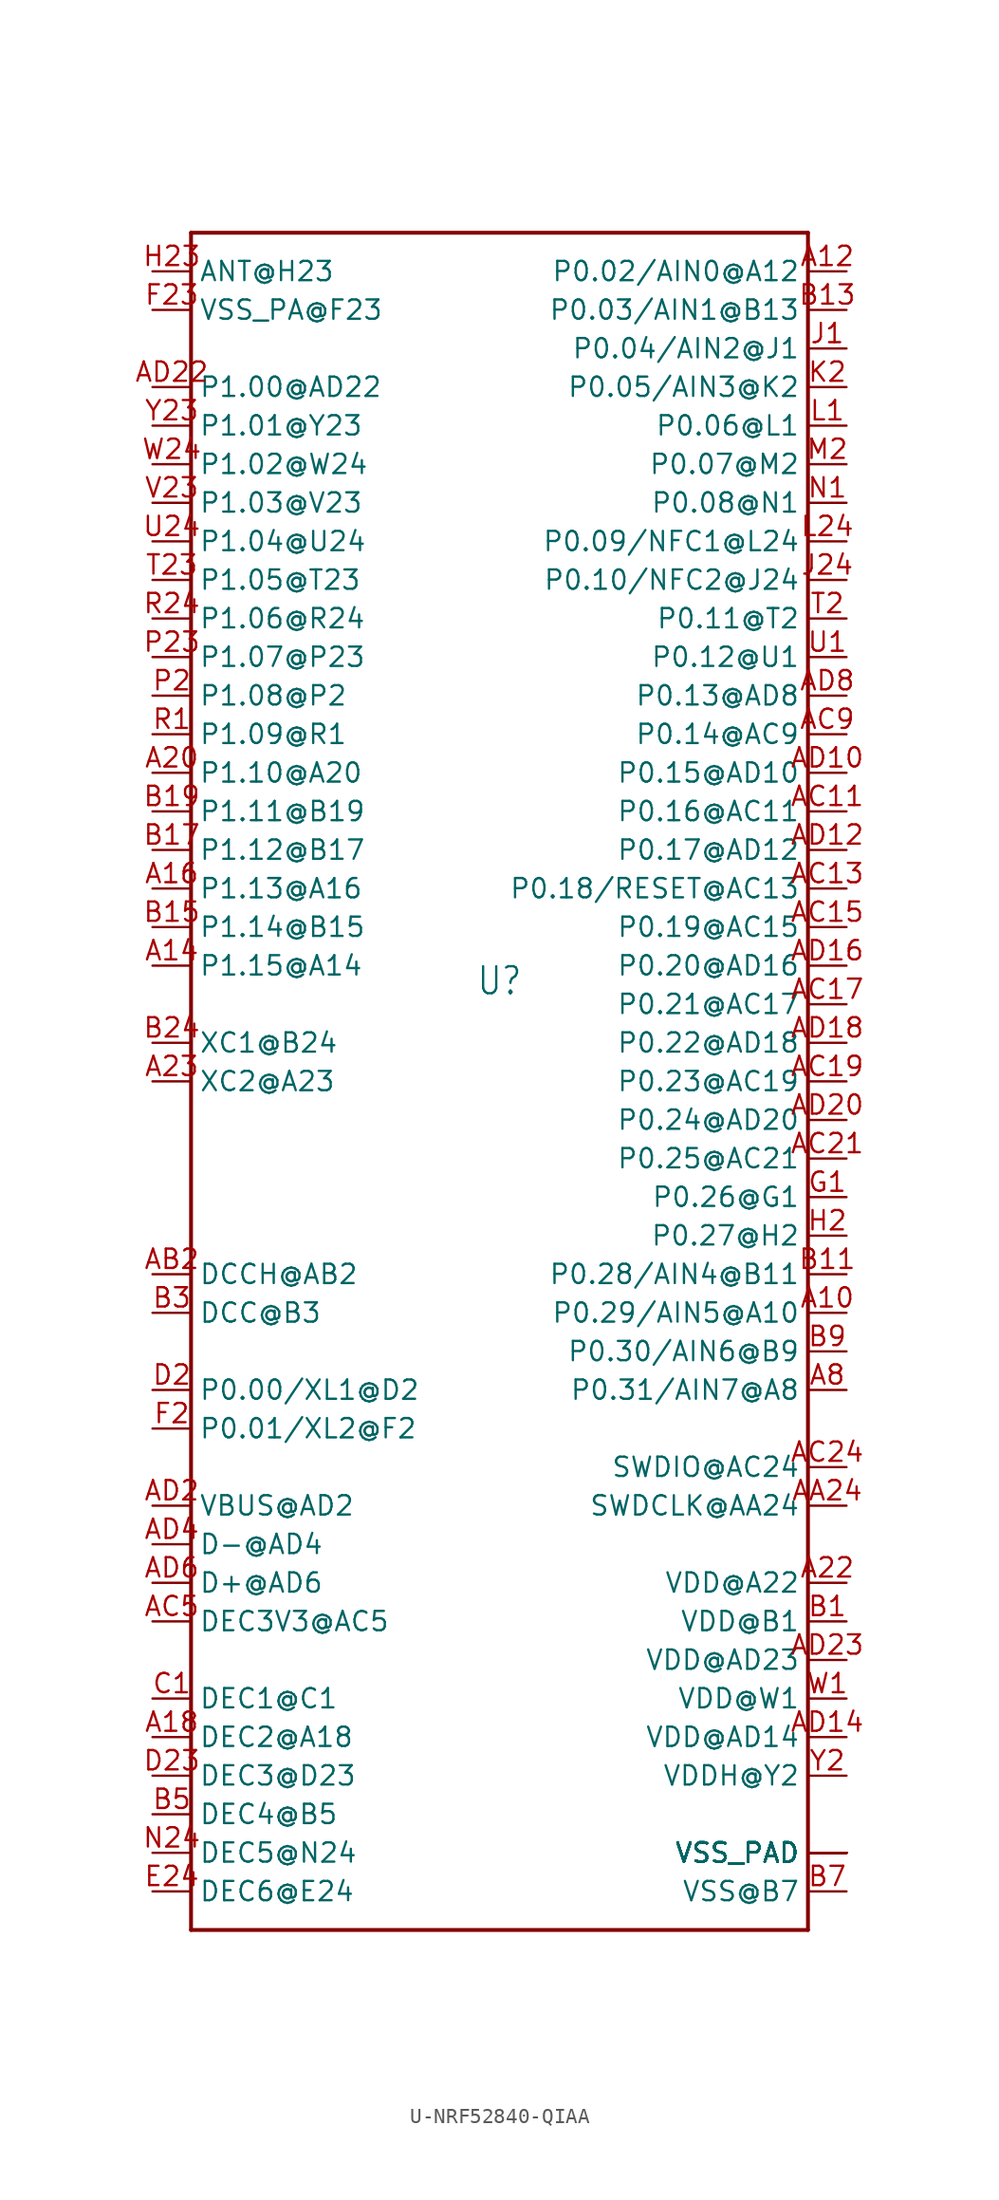
<source format=kicad_sym>
(kicad_symbol_lib
  (version 20231120)
  (generator "kicad_symbol_editor")
  (generator_version "8.0")
  (symbol "U-NRF52840-QIAA"
    (property "Reference" "U"
      (at 0 0.5 0)
      (effects (font (size 1.778 1.511)) (justify bottom)))
    (property "Value" ""
      (at 0.1 -2.24 0)
      (effects (font (size 1.778 1.511)) (justify bottom)))
    (property "ki_locked" ""
      (at 0 0 0)
      (effects (font (size 1.27 1.27))))
    (symbol "U-NRF52840-QIAA_1_0"
      (polyline (pts (xy -20.32 -60.96) (xy -20.32 50.8)) (stroke (width 0.254) (type solid)) (fill (type none)))
      (polyline (pts (xy -20.32 50.8) (xy 20.32 50.8)) (stroke (width 0.254) (type solid)) (fill (type none)))
      (polyline (pts (xy 20.32 -60.96) (xy -20.32 -60.96)) (stroke (width 0.254) (type solid)) (fill (type none)))
      (polyline (pts (xy 20.32 50.8) (xy 20.32 -60.96)) (stroke (width 0.254) (type solid)) (fill (type none)))
      (pin passive line (at 22.86 -55.88 180) (length 2.54) (name "VSS_PAD" (effects (font (size 1.27 1.27)))) (number "74" (effects (font (size 0 0)))))
      (pin passive line (at 22.86 -20.32 180) (length 2.54) (name "P0.29/AIN5@A10" (effects (font (size 1.27 1.27)))) (number "A10" (effects (font (size 1.27 1.27)))))
      (pin passive line (at 22.86 48.26 180) (length 2.54) (name "P0.02/AIN0@A12" (effects (font (size 1.27 1.27)))) (number "A12" (effects (font (size 1.27 1.27)))))
      (pin passive line (at -22.86 2.54 0) (length 2.54) (name "P1.15@A14" (effects (font (size 1.27 1.27)))) (number "A14" (effects (font (size 1.27 1.27)))))
      (pin passive line (at -22.86 7.62 0) (length 2.54) (name "P1.13@A16" (effects (font (size 1.27 1.27)))) (number "A16" (effects (font (size 1.27 1.27)))))
      (pin passive line (at -22.86 -48.26 0) (length 2.54) (name "DEC2@A18" (effects (font (size 1.27 1.27)))) (number "A18" (effects (font (size 1.27 1.27)))))
      (pin passive line (at -22.86 15.24 0) (length 2.54) (name "P1.10@A20" (effects (font (size 1.27 1.27)))) (number "A20" (effects (font (size 1.27 1.27)))))
      (pin passive line (at 22.86 -38.1 180) (length 2.54) (name "VDD@A22" (effects (font (size 1.27 1.27)))) (number "A22" (effects (font (size 1.27 1.27)))))
      (pin passive line (at -22.86 -5.08 0) (length 2.54) (name "XC2@A23" (effects (font (size 1.27 1.27)))) (number "A23" (effects (font (size 1.27 1.27)))))
      (pin passive line (at 22.86 -25.4 180) (length 2.54) (name "P0.31/AIN7@A8" (effects (font (size 1.27 1.27)))) (number "A8" (effects (font (size 1.27 1.27)))))
      (pin passive line (at 22.86 -33.02 180) (length 2.54) (name "SWDCLK@AA24" (effects (font (size 1.27 1.27)))) (number "AA24" (effects (font (size 1.27 1.27)))))
      (pin passive line (at -22.86 -17.78 0) (length 2.54) (name "DCCH@AB2" (effects (font (size 1.27 1.27)))) (number "AB2" (effects (font (size 1.27 1.27)))))
      (pin passive line (at 22.86 12.7 180) (length 2.54) (name "P0.16@AC11" (effects (font (size 1.27 1.27)))) (number "AC11" (effects (font (size 1.27 1.27)))))
      (pin passive line (at 22.86 7.62 180) (length 2.54) (name "P0.18/RESET@AC13" (effects (font (size 1.27 1.27)))) (number "AC13" (effects (font (size 1.27 1.27)))))
      (pin passive line (at 22.86 5.08 180) (length 2.54) (name "P0.19@AC15" (effects (font (size 1.27 1.27)))) (number "AC15" (effects (font (size 1.27 1.27)))))
      (pin passive line (at 22.86 0 180) (length 2.54) (name "P0.21@AC17" (effects (font (size 1.27 1.27)))) (number "AC17" (effects (font (size 1.27 1.27)))))
      (pin passive line (at 22.86 -5.08 180) (length 2.54) (name "P0.23@AC19" (effects (font (size 1.27 1.27)))) (number "AC19" (effects (font (size 1.27 1.27)))))
      (pin passive line (at 22.86 -10.16 180) (length 2.54) (name "P0.25@AC21" (effects (font (size 1.27 1.27)))) (number "AC21" (effects (font (size 1.27 1.27)))))
      (pin passive line (at 22.86 -30.48 180) (length 2.54) (name "SWDIO@AC24" (effects (font (size 1.27 1.27)))) (number "AC24" (effects (font (size 1.27 1.27)))))
      (pin passive line (at -22.86 -40.64 0) (length 2.54) (name "DEC3V3@AC5" (effects (font (size 1.27 1.27)))) (number "AC5" (effects (font (size 1.27 1.27)))))
      (pin passive line (at 22.86 17.78 180) (length 2.54) (name "P0.14@AC9" (effects (font (size 1.27 1.27)))) (number "AC9" (effects (font (size 1.27 1.27)))))
      (pin passive line (at 22.86 15.24 180) (length 2.54) (name "P0.15@AD10" (effects (font (size 1.27 1.27)))) (number "AD10" (effects (font (size 1.27 1.27)))))
      (pin passive line (at 22.86 10.16 180) (length 2.54) (name "P0.17@AD12" (effects (font (size 1.27 1.27)))) (number "AD12" (effects (font (size 1.27 1.27)))))
      (pin passive line (at 22.86 -48.26 180) (length 2.54) (name "VDD@AD14" (effects (font (size 1.27 1.27)))) (number "AD14" (effects (font (size 1.27 1.27)))))
      (pin passive line (at 22.86 2.54 180) (length 2.54) (name "P0.20@AD16" (effects (font (size 1.27 1.27)))) (number "AD16" (effects (font (size 1.27 1.27)))))
      (pin passive line (at 22.86 -2.54 180) (length 2.54) (name "P0.22@AD18" (effects (font (size 1.27 1.27)))) (number "AD18" (effects (font (size 1.27 1.27)))))
      (pin passive line (at -22.86 -33.02 0) (length 2.54) (name "VBUS@AD2" (effects (font (size 1.27 1.27)))) (number "AD2" (effects (font (size 1.27 1.27)))))
      (pin passive line (at 22.86 -7.62 180) (length 2.54) (name "P0.24@AD20" (effects (font (size 1.27 1.27)))) (number "AD20" (effects (font (size 1.27 1.27)))))
      (pin passive line (at -22.86 40.64 0) (length 2.54) (name "P1.00@AD22" (effects (font (size 1.27 1.27)))) (number "AD22" (effects (font (size 1.27 1.27)))))
      (pin passive line (at 22.86 -43.18 180) (length 2.54) (name "VDD@AD23" (effects (font (size 1.27 1.27)))) (number "AD23" (effects (font (size 1.27 1.27)))))
      (pin passive line (at -22.86 -35.56 0) (length 2.54) (name "D-@AD4" (effects (font (size 1.27 1.27)))) (number "AD4" (effects (font (size 1.27 1.27)))))
      (pin passive line (at -22.86 -38.1 0) (length 2.54) (name "D+@AD6" (effects (font (size 1.27 1.27)))) (number "AD6" (effects (font (size 1.27 1.27)))))
      (pin passive line (at 22.86 20.32 180) (length 2.54) (name "P0.13@AD8" (effects (font (size 1.27 1.27)))) (number "AD8" (effects (font (size 1.27 1.27)))))
      (pin passive line (at 22.86 -40.64 180) (length 2.54) (name "VDD@B1" (effects (font (size 1.27 1.27)))) (number "B1" (effects (font (size 1.27 1.27)))))
      (pin passive line (at 22.86 -17.78 180) (length 2.54) (name "P0.28/AIN4@B11" (effects (font (size 1.27 1.27)))) (number "B11" (effects (font (size 1.27 1.27)))))
      (pin passive line (at 22.86 45.72 180) (length 2.54) (name "P0.03/AIN1@B13" (effects (font (size 1.27 1.27)))) (number "B13" (effects (font (size 1.27 1.27)))))
      (pin passive line (at -22.86 5.08 0) (length 2.54) (name "P1.14@B15" (effects (font (size 1.27 1.27)))) (number "B15" (effects (font (size 1.27 1.27)))))
      (pin passive line (at -22.86 10.16 0) (length 2.54) (name "P1.12@B17" (effects (font (size 1.27 1.27)))) (number "B17" (effects (font (size 1.27 1.27)))))
      (pin passive line (at -22.86 12.7 0) (length 2.54) (name "P1.11@B19" (effects (font (size 1.27 1.27)))) (number "B19" (effects (font (size 1.27 1.27)))))
      (pin passive line (at -22.86 -2.54 0) (length 2.54) (name "XC1@B24" (effects (font (size 1.27 1.27)))) (number "B24" (effects (font (size 1.27 1.27)))))
      (pin passive line (at -22.86 -20.32 0) (length 2.54) (name "DCC@B3" (effects (font (size 1.27 1.27)))) (number "B3" (effects (font (size 1.27 1.27)))))
      (pin passive line (at -22.86 -53.34 0) (length 2.54) (name "DEC4@B5" (effects (font (size 1.27 1.27)))) (number "B5" (effects (font (size 1.27 1.27)))))
      (pin passive line (at 22.86 -58.42 180) (length 2.54) (name "VSS@B7" (effects (font (size 1.27 1.27)))) (number "B7" (effects (font (size 1.27 1.27)))))
      (pin passive line (at 22.86 -22.86 180) (length 2.54) (name "P0.30/AIN6@B9" (effects (font (size 1.27 1.27)))) (number "B9" (effects (font (size 1.27 1.27)))))
      (pin passive line (at -22.86 -45.72 0) (length 2.54) (name "DEC1@C1" (effects (font (size 1.27 1.27)))) (number "C1" (effects (font (size 1.27 1.27)))))
      (pin passive line (at -22.86 -25.4 0) (length 2.54) (name "P0.00/XL1@D2" (effects (font (size 1.27 1.27)))) (number "D2" (effects (font (size 1.27 1.27)))))
      (pin passive line (at -22.86 -50.8 0) (length 2.54) (name "DEC3@D23" (effects (font (size 1.27 1.27)))) (number "D23" (effects (font (size 1.27 1.27)))))
      (pin passive line (at -22.86 -58.42 0) (length 2.54) (name "DEC6@E24" (effects (font (size 1.27 1.27)))) (number "E24" (effects (font (size 1.27 1.27)))))
      (pin passive line (at -22.86 -27.94 0) (length 2.54) (name "P0.01/XL2@F2" (effects (font (size 1.27 1.27)))) (number "F2" (effects (font (size 1.27 1.27)))))
      (pin passive line (at -22.86 45.72 0) (length 2.54) (name "VSS_PA@F23" (effects (font (size 1.27 1.27)))) (number "F23" (effects (font (size 1.27 1.27)))))
      (pin passive line (at 22.86 -12.7 180) (length 2.54) (name "P0.26@G1" (effects (font (size 1.27 1.27)))) (number "G1" (effects (font (size 1.27 1.27)))))
      (pin passive line (at 22.86 -15.24 180) (length 2.54) (name "P0.27@H2" (effects (font (size 1.27 1.27)))) (number "H2" (effects (font (size 1.27 1.27)))))
      (pin passive line (at -22.86 48.26 0) (length 2.54) (name "ANT@H23" (effects (font (size 1.27 1.27)))) (number "H23" (effects (font (size 1.27 1.27)))))
      (pin passive line (at 22.86 43.18 180) (length 2.54) (name "P0.04/AIN2@J1" (effects (font (size 1.27 1.27)))) (number "J1" (effects (font (size 1.27 1.27)))))
      (pin passive line (at 22.86 27.94 180) (length 2.54) (name "P0.10/NFC2@J24" (effects (font (size 1.27 1.27)))) (number "J24" (effects (font (size 1.27 1.27)))))
      (pin passive line (at 22.86 40.64 180) (length 2.54) (name "P0.05/AIN3@K2" (effects (font (size 1.27 1.27)))) (number "K2" (effects (font (size 1.27 1.27)))))
      (pin passive line (at 22.86 38.1 180) (length 2.54) (name "P0.06@L1" (effects (font (size 1.27 1.27)))) (number "L1" (effects (font (size 1.27 1.27)))))
      (pin passive line (at 22.86 30.48 180) (length 2.54) (name "P0.09/NFC1@L24" (effects (font (size 1.27 1.27)))) (number "L24" (effects (font (size 1.27 1.27)))))
      (pin passive line (at 22.86 35.56 180) (length 2.54) (name "P0.07@M2" (effects (font (size 1.27 1.27)))) (number "M2" (effects (font (size 1.27 1.27)))))
      (pin passive line (at 22.86 33.02 180) (length 2.54) (name "P0.08@N1" (effects (font (size 1.27 1.27)))) (number "N1" (effects (font (size 1.27 1.27)))))
      (pin passive line (at -22.86 -55.88 0) (length 2.54) (name "DEC5@N24" (effects (font (size 1.27 1.27)))) (number "N24" (effects (font (size 1.27 1.27)))))
      (pin passive line (at -22.86 20.32 0) (length 2.54) (name "P1.08@P2" (effects (font (size 1.27 1.27)))) (number "P2" (effects (font (size 1.27 1.27)))))
      (pin passive line (at -22.86 22.86 0) (length 2.54) (name "P1.07@P23" (effects (font (size 1.27 1.27)))) (number "P23" (effects (font (size 1.27 1.27)))))
      (pin passive line (at 22.86 -55.88 180) (length 2.54) (name "VSS_PAD" (effects (font (size 1.27 1.27)))) (number "P75" (effects (font (size 0 0)))))
      (pin passive line (at 22.86 -55.88 180) (length 2.54) (name "VSS_PAD" (effects (font (size 1.27 1.27)))) (number "P76" (effects (font (size 0 0)))))
      (pin passive line (at 22.86 -55.88 180) (length 2.54) (name "VSS_PAD" (effects (font (size 1.27 1.27)))) (number "P77" (effects (font (size 0 0)))))
      (pin passive line (at 22.86 -55.88 180) (length 2.54) (name "VSS_PAD" (effects (font (size 1.27 1.27)))) (number "P78" (effects (font (size 0 0)))))
      (pin passive line (at 22.86 -55.88 180) (length 2.54) (name "VSS_PAD" (effects (font (size 1.27 1.27)))) (number "P79" (effects (font (size 0 0)))))
      (pin passive line (at 22.86 -55.88 180) (length 2.54) (name "VSS_PAD" (effects (font (size 1.27 1.27)))) (number "P80" (effects (font (size 0 0)))))
      (pin passive line (at 22.86 -55.88 180) (length 2.54) (name "VSS_PAD" (effects (font (size 1.27 1.27)))) (number "P81" (effects (font (size 0 0)))))
      (pin passive line (at 22.86 -55.88 180) (length 2.54) (name "VSS_PAD" (effects (font (size 1.27 1.27)))) (number "P82" (effects (font (size 0 0)))))
      (pin passive line (at 22.86 -55.88 180) (length 2.54) (name "VSS_PAD" (effects (font (size 1.27 1.27)))) (number "P83" (effects (font (size 0 0)))))
      (pin passive line (at 22.86 -55.88 180) (length 2.54) (name "VSS_PAD" (effects (font (size 1.27 1.27)))) (number "P84" (effects (font (size 0 0)))))
      (pin passive line (at 22.86 -55.88 180) (length 2.54) (name "VSS_PAD" (effects (font (size 1.27 1.27)))) (number "P85" (effects (font (size 0 0)))))
      (pin passive line (at 22.86 -55.88 180) (length 2.54) (name "VSS_PAD" (effects (font (size 1.27 1.27)))) (number "P86" (effects (font (size 0 0)))))
      (pin passive line (at 22.86 -55.88 180) (length 2.54) (name "VSS_PAD" (effects (font (size 1.27 1.27)))) (number "P87" (effects (font (size 0 0)))))
      (pin passive line (at 22.86 -55.88 180) (length 2.54) (name "VSS_PAD" (effects (font (size 1.27 1.27)))) (number "P88" (effects (font (size 0 0)))))
      (pin passive line (at 22.86 -55.88 180) (length 2.54) (name "VSS_PAD" (effects (font (size 1.27 1.27)))) (number "P89" (effects (font (size 0 0)))))
      (pin passive line (at 22.86 -55.88 180) (length 2.54) (name "VSS_PAD" (effects (font (size 1.27 1.27)))) (number "P90" (effects (font (size 0 0)))))
      (pin passive line (at -22.86 17.78 0) (length 2.54) (name "P1.09@R1" (effects (font (size 1.27 1.27)))) (number "R1" (effects (font (size 1.27 1.27)))))
      (pin passive line (at -22.86 25.4 0) (length 2.54) (name "P1.06@R24" (effects (font (size 1.27 1.27)))) (number "R24" (effects (font (size 1.27 1.27)))))
      (pin passive line (at 22.86 25.4 180) (length 2.54) (name "P0.11@T2" (effects (font (size 1.27 1.27)))) (number "T2" (effects (font (size 1.27 1.27)))))
      (pin passive line (at -22.86 27.94 0) (length 2.54) (name "P1.05@T23" (effects (font (size 1.27 1.27)))) (number "T23" (effects (font (size 1.27 1.27)))))
      (pin passive line (at 22.86 22.86 180) (length 2.54) (name "P0.12@U1" (effects (font (size 1.27 1.27)))) (number "U1" (effects (font (size 1.27 1.27)))))
      (pin passive line (at -22.86 30.48 0) (length 2.54) (name "P1.04@U24" (effects (font (size 1.27 1.27)))) (number "U24" (effects (font (size 1.27 1.27)))))
      (pin passive line (at -22.86 33.02 0) (length 2.54) (name "P1.03@V23" (effects (font (size 1.27 1.27)))) (number "V23" (effects (font (size 1.27 1.27)))))
      (pin passive line (at 22.86 -45.72 180) (length 2.54) (name "VDD@W1" (effects (font (size 1.27 1.27)))) (number "W1" (effects (font (size 1.27 1.27)))))
      (pin passive line (at -22.86 35.56 0) (length 2.54) (name "P1.02@W24" (effects (font (size 1.27 1.27)))) (number "W24" (effects (font (size 1.27 1.27)))))
      (pin passive line (at 22.86 -50.8 180) (length 2.54) (name "VDDH@Y2" (effects (font (size 1.27 1.27)))) (number "Y2" (effects (font (size 1.27 1.27)))))
      (pin passive line (at -22.86 38.1 0) (length 2.54) (name "P1.01@Y23" (effects (font (size 1.27 1.27)))) (number "Y23" (effects (font (size 1.27 1.27))))))))
</source>
